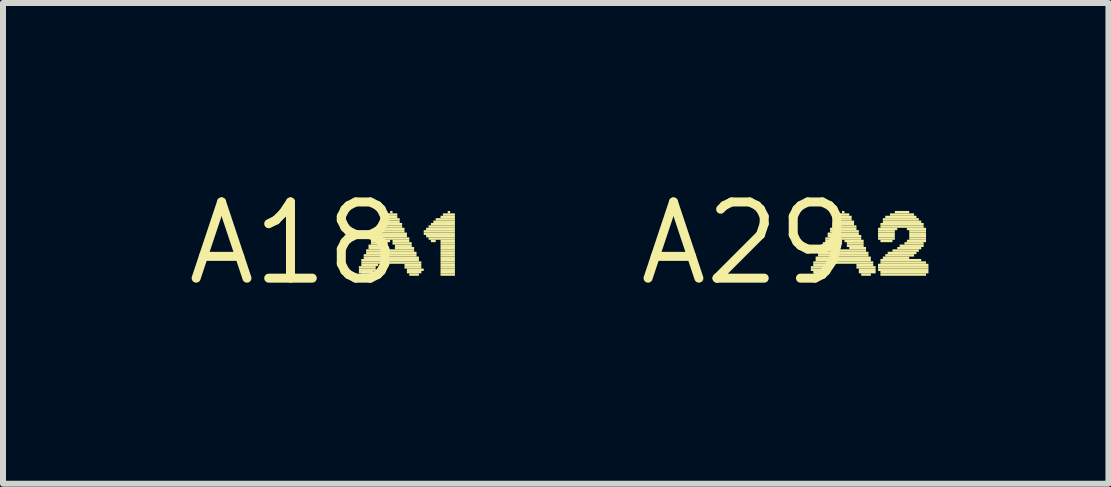
<source format=kicad_pcb>
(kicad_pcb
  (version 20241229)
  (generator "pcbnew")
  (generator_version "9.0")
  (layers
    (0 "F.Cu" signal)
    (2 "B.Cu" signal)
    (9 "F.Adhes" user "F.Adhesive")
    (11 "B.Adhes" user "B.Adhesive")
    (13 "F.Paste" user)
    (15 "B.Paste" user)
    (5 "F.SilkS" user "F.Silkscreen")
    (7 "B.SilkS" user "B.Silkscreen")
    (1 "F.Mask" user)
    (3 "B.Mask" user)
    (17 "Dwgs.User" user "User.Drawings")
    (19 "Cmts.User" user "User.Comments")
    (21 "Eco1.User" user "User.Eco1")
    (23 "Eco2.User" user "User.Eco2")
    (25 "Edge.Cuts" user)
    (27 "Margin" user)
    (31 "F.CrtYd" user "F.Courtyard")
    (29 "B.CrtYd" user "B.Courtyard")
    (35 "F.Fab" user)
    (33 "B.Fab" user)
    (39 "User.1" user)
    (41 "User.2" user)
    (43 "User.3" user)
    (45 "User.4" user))
  (footprint "A29"
    (layer "F.Cu")
    (at 9.384 1.006)
    (property "Reference" "A29" (at 0 0 0) (layer "F.SilkS") (effects (font (size 1.27 1.27) (thickness 0.15))))
    (attr through_hole)
    (fp_poly (pts (xy 1.08 0.42) (xy 1.4 0.42) (xy 1.4 0.38) (xy 1.08 0.38)) (stroke (width 0) (type solid)) (fill yes) (layer "F.SilkS"))
    (fp_poly (pts (xy 1.08 0.46) (xy 1.36 0.46) (xy 1.36 0.42) (xy 1.08 0.42)) (stroke (width 0) (type solid)) (fill yes) (layer "F.SilkS"))
    (fp_poly (pts (xy 1.12 0.34) (xy 2.12 0.34) (xy 2.12 0.3) (xy 1.12 0.3)) (stroke (width 0) (type solid)) (fill yes) (layer "F.SilkS"))
    (fp_poly (pts (xy 1.12 0.38) (xy 1.4 0.38) (xy 1.4 0.34) (xy 1.12 0.34)) (stroke (width 0) (type solid)) (fill yes) (layer "F.SilkS"))
    (fp_poly (pts (xy 1.12 0.5) (xy 1.36 0.5) (xy 1.36 0.46) (xy 1.12 0.46)) (stroke (width 0) (type solid)) (fill yes) (layer "F.SilkS"))
    (fp_poly (pts (xy 1.16 0.26) (xy 2.08 0.26) (xy 2.08 0.22) (xy 1.16 0.22)) (stroke (width 0) (type solid)) (fill yes) (layer "F.SilkS"))
    (fp_poly (pts (xy 1.16 0.3) (xy 2.08 0.3) (xy 2.08 0.26) (xy 1.16 0.26)) (stroke (width 0) (type solid)) (fill yes) (layer "F.SilkS"))
    (fp_poly (pts (xy 1.16 0.54) (xy 1.32 0.54) (xy 1.32 0.5) (xy 1.16 0.5)) (stroke (width 0) (type solid)) (fill yes) (layer "F.SilkS"))
    (fp_poly (pts (xy 1.2 0.18) (xy 2.04 0.18) (xy 2.04 0.14) (xy 1.2 0.14)) (stroke (width 0) (type solid)) (fill yes) (layer "F.SilkS"))
    (fp_poly (pts (xy 1.2 0.22) (xy 2.04 0.22) (xy 2.04 0.18) (xy 1.2 0.18)) (stroke (width 0) (type solid)) (fill yes) (layer "F.SilkS"))
    (fp_poly (pts (xy 1.24 0.1) (xy 1.56 0.1) (xy 1.56 0.06) (xy 1.24 0.06)) (stroke (width 0) (type solid)) (fill yes) (layer "F.SilkS"))
    (fp_poly (pts (xy 1.24 0.14) (xy 2 0.14) (xy 2 0.1) (xy 1.24 0.1)) (stroke (width 0) (type solid)) (fill yes) (layer "F.SilkS"))
    (fp_poly (pts (xy 1.28 0.02) (xy 1.6 0.02) (xy 1.6 -0.02) (xy 1.28 -0.02)) (stroke (width 0) (type solid)) (fill yes) (layer "F.SilkS"))
    (fp_poly (pts (xy 1.28 0.06) (xy 1.56 0.06) (xy 1.56 0.02) (xy 1.28 0.02)) (stroke (width 0) (type solid)) (fill yes) (layer "F.SilkS"))
    (fp_poly (pts (xy 1.32 -0.06) (xy 1.92 -0.06) (xy 1.92 -0.1) (xy 1.32 -0.1)) (stroke (width 0) (type solid)) (fill yes) (layer "F.SilkS"))
    (fp_poly (pts (xy 1.32 -0.02) (xy 1.6 -0.02) (xy 1.6 -0.06) (xy 1.32 -0.06)) (stroke (width 0) (type solid)) (fill yes) (layer "F.SilkS"))
    (fp_poly (pts (xy 1.36 -0.14) (xy 1.88 -0.14) (xy 1.88 -0.18) (xy 1.36 -0.18)) (stroke (width 0) (type solid)) (fill yes) (layer "F.SilkS"))
    (fp_poly (pts (xy 1.36 -0.1) (xy 1.92 -0.1) (xy 1.92 -0.14) (xy 1.36 -0.14)) (stroke (width 0) (type solid)) (fill yes) (layer "F.SilkS"))
    (fp_poly (pts (xy 1.4 -0.22) (xy 1.84 -0.22) (xy 1.84 -0.26) (xy 1.4 -0.26)) (stroke (width 0) (type solid)) (fill yes) (layer "F.SilkS"))
    (fp_poly (pts (xy 1.4 -0.18) (xy 1.88 -0.18) (xy 1.88 -0.22) (xy 1.4 -0.22)) (stroke (width 0) (type solid)) (fill yes) (layer "F.SilkS"))
    (fp_poly (pts (xy 1.44 -0.3) (xy 1.8 -0.3) (xy 1.8 -0.34) (xy 1.44 -0.34)) (stroke (width 0) (type solid)) (fill yes) (layer "F.SilkS"))
    (fp_poly (pts (xy 1.44 -0.26) (xy 1.84 -0.26) (xy 1.84 -0.3) (xy 1.44 -0.3)) (stroke (width 0) (type solid)) (fill yes) (layer "F.SilkS"))
    (fp_poly (pts (xy 1.48 -0.38) (xy 1.76 -0.38) (xy 1.76 -0.42) (xy 1.48 -0.42)) (stroke (width 0) (type solid)) (fill yes) (layer "F.SilkS"))
    (fp_poly (pts (xy 1.48 -0.34) (xy 1.8 -0.34) (xy 1.8 -0.38) (xy 1.48 -0.38)) (stroke (width 0) (type solid)) (fill yes) (layer "F.SilkS"))
    (fp_poly (pts (xy 1.52 -0.46) (xy 1.72 -0.46) (xy 1.72 -0.5) (xy 1.52 -0.5)) (stroke (width 0) (type solid)) (fill yes) (layer "F.SilkS"))
    (fp_poly (pts (xy 1.52 -0.42) (xy 1.76 -0.42) (xy 1.76 -0.46) (xy 1.52 -0.46)) (stroke (width 0) (type solid)) (fill yes) (layer "F.SilkS"))
    (fp_poly (pts (xy 1.6 -0.5) (xy 1.64 -0.5) (xy 1.64 -0.54) (xy 1.6 -0.54)) (stroke (width 0) (type solid)) (fill yes) (layer "F.SilkS"))
    (fp_poly (pts (xy 1.64 -0.02) (xy 1.96 -0.02) (xy 1.96 -0.06) (xy 1.64 -0.06)) (stroke (width 0) (type solid)) (fill yes) (layer "F.SilkS"))
    (fp_poly (pts (xy 1.68 0.02) (xy 1.96 0.02) (xy 1.96 -0.02) (xy 1.68 -0.02)) (stroke (width 0) (type solid)) (fill yes) (layer "F.SilkS"))
    (fp_poly (pts (xy 1.68 0.06) (xy 1.96 0.06) (xy 1.96 0.02) (xy 1.68 0.02)) (stroke (width 0) (type solid)) (fill yes) (layer "F.SilkS"))
    (fp_poly (pts (xy 1.72 0.1) (xy 2 0.1) (xy 2 0.06) (xy 1.72 0.06)) (stroke (width 0) (type solid)) (fill yes) (layer "F.SilkS"))
    (fp_poly (pts (xy 1.84 0.38) (xy 2.12 0.38) (xy 2.12 0.34) (xy 1.84 0.34)) (stroke (width 0) (type solid)) (fill yes) (layer "F.SilkS"))
    (fp_poly (pts (xy 1.84 0.42) (xy 2.16 0.42) (xy 2.16 0.38) (xy 1.84 0.38)) (stroke (width 0) (type solid)) (fill yes) (layer "F.SilkS"))
    (fp_poly (pts (xy 1.88 0.46) (xy 2.16 0.46) (xy 2.16 0.42) (xy 1.88 0.42)) (stroke (width 0) (type solid)) (fill yes) (layer "F.SilkS"))
    (fp_poly (pts (xy 1.88 0.5) (xy 2.16 0.5) (xy 2.16 0.46) (xy 1.88 0.46)) (stroke (width 0) (type solid)) (fill yes) (layer "F.SilkS"))
    (fp_poly (pts (xy 1.92 0.54) (xy 2.08 0.54) (xy 2.08 0.5) (xy 1.92 0.5)) (stroke (width 0) (type solid)) (fill yes) (layer "F.SilkS"))
    (fp_poly (pts (xy 2.2 -0.22) (xy 2.52 -0.22) (xy 2.52 -0.26) (xy 2.2 -0.26)) (stroke (width 0) (type solid)) (fill yes) (layer "F.SilkS"))
    (fp_poly (pts (xy 2.2 -0.18) (xy 2.48 -0.18) (xy 2.48 -0.22) (xy 2.2 -0.22)) (stroke (width 0) (type solid)) (fill yes) (layer "F.SilkS"))
    (fp_poly (pts (xy 2.2 -0.14) (xy 2.48 -0.14) (xy 2.48 -0.18) (xy 2.2 -0.18)) (stroke (width 0) (type solid)) (fill yes) (layer "F.SilkS"))
    (fp_poly (pts (xy 2.2 -0.1) (xy 2.48 -0.1) (xy 2.48 -0.14) (xy 2.2 -0.14)) (stroke (width 0) (type solid)) (fill yes) (layer "F.SilkS"))
    (fp_poly (pts (xy 2.2 -0.06) (xy 2.48 -0.06) (xy 2.48 -0.1) (xy 2.2 -0.1)) (stroke (width 0) (type solid)) (fill yes) (layer "F.SilkS"))
    (fp_poly (pts (xy 2.2 0.38) (xy 3.04 0.38) (xy 3.04 0.34) (xy 2.2 0.34)) (stroke (width 0) (type solid)) (fill yes) (layer "F.SilkS"))
    (fp_poly (pts (xy 2.2 0.42) (xy 3.04 0.42) (xy 3.04 0.38) (xy 2.2 0.38)) (stroke (width 0) (type solid)) (fill yes) (layer "F.SilkS"))
    (fp_poly (pts (xy 2.2 0.46) (xy 3.04 0.46) (xy 3.04 0.42) (xy 2.2 0.42)) (stroke (width 0) (type solid)) (fill yes) (layer "F.SilkS"))
    (fp_poly (pts (xy 2.24 -0.3) (xy 2.96 -0.3) (xy 2.96 -0.34) (xy 2.24 -0.34)) (stroke (width 0) (type solid)) (fill yes) (layer "F.SilkS"))
    (fp_poly (pts (xy 2.24 -0.26) (xy 2.96 -0.26) (xy 2.96 -0.3) (xy 2.24 -0.3)) (stroke (width 0) (type solid)) (fill yes) (layer "F.SilkS"))
    (fp_poly (pts (xy 2.24 -0.02) (xy 2.44 -0.02) (xy 2.44 -0.06) (xy 2.24 -0.06)) (stroke (width 0) (type solid)) (fill yes) (layer "F.SilkS"))
    (fp_poly (pts (xy 2.24 0.3) (xy 2.92 0.3) (xy 2.92 0.26) (xy 2.24 0.26)) (stroke (width 0) (type solid)) (fill yes) (layer "F.SilkS"))
    (fp_poly (pts (xy 2.24 0.34) (xy 3 0.34) (xy 3 0.3) (xy 2.24 0.3)) (stroke (width 0) (type solid)) (fill yes) (layer "F.SilkS"))
    (fp_poly (pts (xy 2.24 0.5) (xy 3.04 0.5) (xy 3.04 0.46) (xy 2.24 0.46)) (stroke (width 0) (type solid)) (fill yes) (layer "F.SilkS"))
    (fp_poly (pts (xy 2.24 0.54) (xy 3 0.54) (xy 3 0.5) (xy 2.24 0.5)) (stroke (width 0) (type solid)) (fill yes) (layer "F.SilkS"))
    (fp_poly (pts (xy 2.28 -0.38) (xy 2.88 -0.38) (xy 2.88 -0.42) (xy 2.28 -0.42)) (stroke (width 0) (type solid)) (fill yes) (layer "F.SilkS"))
    (fp_poly (pts (xy 2.28 -0.34) (xy 2.92 -0.34) (xy 2.92 -0.38) (xy 2.28 -0.38)) (stroke (width 0) (type solid)) (fill yes) (layer "F.SilkS"))
    (fp_poly (pts (xy 2.28 0.26) (xy 2.72 0.26) (xy 2.72 0.22) (xy 2.28 0.22)) (stroke (width 0) (type solid)) (fill yes) (layer "F.SilkS"))
    (fp_poly (pts (xy 2.32 -0.42) (xy 2.84 -0.42) (xy 2.84 -0.46) (xy 2.32 -0.46)) (stroke (width 0) (type solid)) (fill yes) (layer "F.SilkS"))
    (fp_poly (pts (xy 2.32 0.22) (xy 2.8 0.22) (xy 2.8 0.18) (xy 2.32 0.18)) (stroke (width 0) (type solid)) (fill yes) (layer "F.SilkS"))
    (fp_poly (pts (xy 2.36 0.18) (xy 2.84 0.18) (xy 2.84 0.14) (xy 2.36 0.14)) (stroke (width 0) (type solid)) (fill yes) (layer "F.SilkS"))
    (fp_poly (pts (xy 2.4 -0.46) (xy 2.8 -0.46) (xy 2.8 -0.5) (xy 2.4 -0.5)) (stroke (width 0) (type solid)) (fill yes) (layer "F.SilkS"))
    (fp_poly (pts (xy 2.44 0.14) (xy 2.88 0.14) (xy 2.88 0.1) (xy 2.44 0.1)) (stroke (width 0) (type solid)) (fill yes) (layer "F.SilkS"))
    (fp_poly (pts (xy 2.48 -0.5) (xy 2.72 -0.5) (xy 2.72 -0.54) (xy 2.48 -0.54)) (stroke (width 0) (type solid)) (fill yes) (layer "F.SilkS"))
    (fp_poly (pts (xy 2.52 0.1) (xy 2.92 0.1) (xy 2.92 0.06) (xy 2.52 0.06)) (stroke (width 0) (type solid)) (fill yes) (layer "F.SilkS"))
    (fp_poly (pts (xy 2.56 0.06) (xy 2.96 0.06) (xy 2.96 0.02) (xy 2.56 0.02)) (stroke (width 0) (type solid)) (fill yes) (layer "F.SilkS"))
    (fp_poly (pts (xy 2.64 0.02) (xy 2.96 0.02) (xy 2.96 -0.02) (xy 2.64 -0.02)) (stroke (width 0) (type solid)) (fill yes) (layer "F.SilkS"))
    (fp_poly (pts (xy 2.68 -0.22) (xy 3 -0.22) (xy 3 -0.26) (xy 2.68 -0.26)) (stroke (width 0) (type solid)) (fill yes) (layer "F.SilkS"))
    (fp_poly (pts (xy 2.68 -0.02) (xy 3 -0.02) (xy 3 -0.06) (xy 2.68 -0.06)) (stroke (width 0) (type solid)) (fill yes) (layer "F.SilkS"))
    (fp_poly (pts (xy 2.72 -0.18) (xy 3 -0.18) (xy 3 -0.22) (xy 2.72 -0.22)) (stroke (width 0) (type solid)) (fill yes) (layer "F.SilkS"))
    (fp_poly (pts (xy 2.72 -0.14) (xy 3 -0.14) (xy 3 -0.18) (xy 2.72 -0.18)) (stroke (width 0) (type solid)) (fill yes) (layer "F.SilkS"))
    (fp_poly (pts (xy 2.72 -0.1) (xy 3 -0.1) (xy 3 -0.14) (xy 2.72 -0.14)) (stroke (width 0) (type solid)) (fill yes) (layer "F.SilkS"))
    (fp_poly (pts (xy 2.72 -0.06) (xy 3 -0.06) (xy 3 -0.1) (xy 2.72 -0.1)) (stroke (width 0) (type solid)) (fill yes) (layer "F.SilkS")))
  (footprint "A18"
    (layer "F.Cu")
    (at 1.852 1.006)
    (property "Reference" "A18" (at 0 0 0) (layer "F.SilkS") (effects (font (size 1.27 1.27) (thickness 0.15))))
    (attr through_hole)
    (fp_poly (pts (xy 1.08 0.42) (xy 1.36 0.42) (xy 1.36 0.38) (xy 1.08 0.38)) (stroke (width 0) (type solid)) (fill yes) (layer "F.SilkS"))
    (fp_poly (pts (xy 1.08 0.46) (xy 1.36 0.46) (xy 1.36 0.42) (xy 1.08 0.42)) (stroke (width 0) (type solid)) (fill yes) (layer "F.SilkS"))
    (fp_poly (pts (xy 1.08 0.5) (xy 1.32 0.5) (xy 1.32 0.46) (xy 1.08 0.46)) (stroke (width 0) (type solid)) (fill yes) (layer "F.SilkS"))
    (fp_poly (pts (xy 1.12 0.3) (xy 2.08 0.3) (xy 2.08 0.26) (xy 1.12 0.26)) (stroke (width 0) (type solid)) (fill yes) (layer "F.SilkS"))
    (fp_poly (pts (xy 1.12 0.34) (xy 2.12 0.34) (xy 2.12 0.3) (xy 1.12 0.3)) (stroke (width 0) (type solid)) (fill yes) (layer "F.SilkS"))
    (fp_poly (pts (xy 1.12 0.38) (xy 1.4 0.38) (xy 1.4 0.34) (xy 1.12 0.34)) (stroke (width 0) (type solid)) (fill yes) (layer "F.SilkS"))
    (fp_poly (pts (xy 1.12 0.54) (xy 1.32 0.54) (xy 1.32 0.5) (xy 1.12 0.5)) (stroke (width 0) (type solid)) (fill yes) (layer "F.SilkS"))
    (fp_poly (pts (xy 1.16 0.22) (xy 2.04 0.22) (xy 2.04 0.18) (xy 1.16 0.18)) (stroke (width 0) (type solid)) (fill yes) (layer "F.SilkS"))
    (fp_poly (pts (xy 1.16 0.26) (xy 2.08 0.26) (xy 2.08 0.22) (xy 1.16 0.22)) (stroke (width 0) (type solid)) (fill yes) (layer "F.SilkS"))
    (fp_poly (pts (xy 1.2 0.14) (xy 2 0.14) (xy 2 0.1) (xy 1.2 0.1)) (stroke (width 0) (type solid)) (fill yes) (layer "F.SilkS"))
    (fp_poly (pts (xy 1.2 0.18) (xy 2.04 0.18) (xy 2.04 0.14) (xy 1.2 0.14)) (stroke (width 0) (type solid)) (fill yes) (layer "F.SilkS"))
    (fp_poly (pts (xy 1.24 0.06) (xy 1.56 0.06) (xy 1.56 0.02) (xy 1.24 0.02)) (stroke (width 0) (type solid)) (fill yes) (layer "F.SilkS"))
    (fp_poly (pts (xy 1.24 0.1) (xy 1.52 0.1) (xy 1.52 0.06) (xy 1.24 0.06)) (stroke (width 0) (type solid)) (fill yes) (layer "F.SilkS"))
    (fp_poly (pts (xy 1.28 -0.02) (xy 1.6 -0.02) (xy 1.6 -0.06) (xy 1.28 -0.06)) (stroke (width 0) (type solid)) (fill yes) (layer "F.SilkS"))
    (fp_poly (pts (xy 1.28 0.02) (xy 1.56 0.02) (xy 1.56 -0.02) (xy 1.28 -0.02)) (stroke (width 0) (type solid)) (fill yes) (layer "F.SilkS"))
    (fp_poly (pts (xy 1.32 -0.1) (xy 1.88 -0.1) (xy 1.88 -0.14) (xy 1.32 -0.14)) (stroke (width 0) (type solid)) (fill yes) (layer "F.SilkS"))
    (fp_poly (pts (xy 1.32 -0.06) (xy 1.92 -0.06) (xy 1.92 -0.1) (xy 1.32 -0.1)) (stroke (width 0) (type solid)) (fill yes) (layer "F.SilkS"))
    (fp_poly (pts (xy 1.36 -0.18) (xy 1.84 -0.18) (xy 1.84 -0.22) (xy 1.36 -0.22)) (stroke (width 0) (type solid)) (fill yes) (layer "F.SilkS"))
    (fp_poly (pts (xy 1.36 -0.14) (xy 1.88 -0.14) (xy 1.88 -0.18) (xy 1.36 -0.18)) (stroke (width 0) (type solid)) (fill yes) (layer "F.SilkS"))
    (fp_poly (pts (xy 1.4 -0.26) (xy 1.8 -0.26) (xy 1.8 -0.3) (xy 1.4 -0.3)) (stroke (width 0) (type solid)) (fill yes) (layer "F.SilkS"))
    (fp_poly (pts (xy 1.4 -0.22) (xy 1.84 -0.22) (xy 1.84 -0.26) (xy 1.4 -0.26)) (stroke (width 0) (type solid)) (fill yes) (layer "F.SilkS"))
    (fp_poly (pts (xy 1.44 -0.34) (xy 1.76 -0.34) (xy 1.76 -0.38) (xy 1.44 -0.38)) (stroke (width 0) (type solid)) (fill yes) (layer "F.SilkS"))
    (fp_poly (pts (xy 1.44 -0.3) (xy 1.8 -0.3) (xy 1.8 -0.34) (xy 1.44 -0.34)) (stroke (width 0) (type solid)) (fill yes) (layer "F.SilkS"))
    (fp_poly (pts (xy 1.48 -0.42) (xy 1.72 -0.42) (xy 1.72 -0.46) (xy 1.48 -0.46)) (stroke (width 0) (type solid)) (fill yes) (layer "F.SilkS"))
    (fp_poly (pts (xy 1.48 -0.38) (xy 1.76 -0.38) (xy 1.76 -0.42) (xy 1.48 -0.42)) (stroke (width 0) (type solid)) (fill yes) (layer "F.SilkS"))
    (fp_poly (pts (xy 1.52 -0.46) (xy 1.72 -0.46) (xy 1.72 -0.5) (xy 1.52 -0.5)) (stroke (width 0) (type solid)) (fill yes) (layer "F.SilkS"))
    (fp_poly (pts (xy 1.6 -0.5) (xy 1.64 -0.5) (xy 1.64 -0.54) (xy 1.6 -0.54)) (stroke (width 0) (type solid)) (fill yes) (layer "F.SilkS"))
    (fp_poly (pts (xy 1.64 -0.02) (xy 1.92 -0.02) (xy 1.92 -0.06) (xy 1.64 -0.06)) (stroke (width 0) (type solid)) (fill yes) (layer "F.SilkS"))
    (fp_poly (pts (xy 1.64 0.02) (xy 1.96 0.02) (xy 1.96 -0.02) (xy 1.64 -0.02)) (stroke (width 0) (type solid)) (fill yes) (layer "F.SilkS"))
    (fp_poly (pts (xy 1.68 0.06) (xy 1.96 0.06) (xy 1.96 0.02) (xy 1.68 0.02)) (stroke (width 0) (type solid)) (fill yes) (layer "F.SilkS"))
    (fp_poly (pts (xy 1.68 0.1) (xy 2 0.1) (xy 2 0.06) (xy 1.68 0.06)) (stroke (width 0) (type solid)) (fill yes) (layer "F.SilkS"))
    (fp_poly (pts (xy 1.84 0.38) (xy 2.12 0.38) (xy 2.12 0.34) (xy 1.84 0.34)) (stroke (width 0) (type solid)) (fill yes) (layer "F.SilkS"))
    (fp_poly (pts (xy 1.84 0.42) (xy 2.12 0.42) (xy 2.12 0.38) (xy 1.84 0.38)) (stroke (width 0) (type solid)) (fill yes) (layer "F.SilkS"))
    (fp_poly (pts (xy 1.88 0.46) (xy 2.16 0.46) (xy 2.16 0.42) (xy 1.88 0.42)) (stroke (width 0) (type solid)) (fill yes) (layer "F.SilkS"))
    (fp_poly (pts (xy 1.88 0.5) (xy 2.12 0.5) (xy 2.12 0.46) (xy 1.88 0.46)) (stroke (width 0) (type solid)) (fill yes) (layer "F.SilkS"))
    (fp_poly (pts (xy 1.92 0.54) (xy 2.08 0.54) (xy 2.08 0.5) (xy 1.92 0.5)) (stroke (width 0) (type solid)) (fill yes) (layer "F.SilkS"))
    (fp_poly (pts (xy 2.16 -0.18) (xy 2.68 -0.18) (xy 2.68 -0.22) (xy 2.16 -0.22)) (stroke (width 0) (type solid)) (fill yes) (layer "F.SilkS"))
    (fp_poly (pts (xy 2.16 -0.14) (xy 2.68 -0.14) (xy 2.68 -0.18) (xy 2.16 -0.18)) (stroke (width 0) (type solid)) (fill yes) (layer "F.SilkS"))
    (fp_poly (pts (xy 2.2 -0.22) (xy 2.68 -0.22) (xy 2.68 -0.26) (xy 2.2 -0.26)) (stroke (width 0) (type solid)) (fill yes) (layer "F.SilkS"))
    (fp_poly (pts (xy 2.2 -0.1) (xy 2.68 -0.1) (xy 2.68 -0.14) (xy 2.2 -0.14)) (stroke (width 0) (type solid)) (fill yes) (layer "F.SilkS"))
    (fp_poly (pts (xy 2.24 -0.26) (xy 2.68 -0.26) (xy 2.68 -0.3) (xy 2.24 -0.3)) (stroke (width 0) (type solid)) (fill yes) (layer "F.SilkS"))
    (fp_poly (pts (xy 2.24 -0.06) (xy 2.68 -0.06) (xy 2.68 -0.1) (xy 2.24 -0.1)) (stroke (width 0) (type solid)) (fill yes) (layer "F.SilkS"))
    (fp_poly (pts (xy 2.28 -0.3) (xy 2.68 -0.3) (xy 2.68 -0.34) (xy 2.28 -0.34)) (stroke (width 0) (type solid)) (fill yes) (layer "F.SilkS"))
    (fp_poly (pts (xy 2.28 -0.02) (xy 2.36 -0.02) (xy 2.36 -0.06) (xy 2.28 -0.06)) (stroke (width 0) (type solid)) (fill yes) (layer "F.SilkS"))
    (fp_poly (pts (xy 2.32 -0.34) (xy 2.68 -0.34) (xy 2.68 -0.38) (xy 2.32 -0.38)) (stroke (width 0) (type solid)) (fill yes) (layer "F.SilkS"))
    (fp_poly (pts (xy 2.36 -0.38) (xy 2.68 -0.38) (xy 2.68 -0.42) (xy 2.36 -0.42)) (stroke (width 0) (type solid)) (fill yes) (layer "F.SilkS"))
    (fp_poly (pts (xy 2.44 -0.42) (xy 2.68 -0.42) (xy 2.68 -0.46) (xy 2.44 -0.46)) (stroke (width 0) (type solid)) (fill yes) (layer "F.SilkS"))
    (fp_poly (pts (xy 2.44 -0.02) (xy 2.68 -0.02) (xy 2.68 -0.06) (xy 2.44 -0.06)) (stroke (width 0) (type solid)) (fill yes) (layer "F.SilkS"))
    (fp_poly (pts (xy 2.44 0.02) (xy 2.68 0.02) (xy 2.68 -0.02) (xy 2.44 -0.02)) (stroke (width 0) (type solid)) (fill yes) (layer "F.SilkS"))
    (fp_poly (pts (xy 2.44 0.06) (xy 2.68 0.06) (xy 2.68 0.02) (xy 2.44 0.02)) (stroke (width 0) (type solid)) (fill yes) (layer "F.SilkS"))
    (fp_poly (pts (xy 2.44 0.1) (xy 2.68 0.1) (xy 2.68 0.06) (xy 2.44 0.06)) (stroke (width 0) (type solid)) (fill yes) (layer "F.SilkS"))
    (fp_poly (pts (xy 2.44 0.14) (xy 2.68 0.14) (xy 2.68 0.1) (xy 2.44 0.1)) (stroke (width 0) (type solid)) (fill yes) (layer "F.SilkS"))
    (fp_poly (pts (xy 2.44 0.18) (xy 2.68 0.18) (xy 2.68 0.14) (xy 2.44 0.14)) (stroke (width 0) (type solid)) (fill yes) (layer "F.SilkS"))
    (fp_poly (pts (xy 2.44 0.22) (xy 2.68 0.22) (xy 2.68 0.18) (xy 2.44 0.18)) (stroke (width 0) (type solid)) (fill yes) (layer "F.SilkS"))
    (fp_poly (pts (xy 2.44 0.26) (xy 2.68 0.26) (xy 2.68 0.22) (xy 2.44 0.22)) (stroke (width 0) (type solid)) (fill yes) (layer "F.SilkS"))
    (fp_poly (pts (xy 2.44 0.3) (xy 2.68 0.3) (xy 2.68 0.26) (xy 2.44 0.26)) (stroke (width 0) (type solid)) (fill yes) (layer "F.SilkS"))
    (fp_poly (pts (xy 2.44 0.34) (xy 2.68 0.34) (xy 2.68 0.3) (xy 2.44 0.3)) (stroke (width 0) (type solid)) (fill yes) (layer "F.SilkS"))
    (fp_poly (pts (xy 2.44 0.38) (xy 2.68 0.38) (xy 2.68 0.34) (xy 2.44 0.34)) (stroke (width 0) (type solid)) (fill yes) (layer "F.SilkS"))
    (fp_poly (pts (xy 2.44 0.42) (xy 2.68 0.42) (xy 2.68 0.38) (xy 2.44 0.38)) (stroke (width 0) (type solid)) (fill yes) (layer "F.SilkS"))
    (fp_poly (pts (xy 2.44 0.46) (xy 2.68 0.46) (xy 2.68 0.42) (xy 2.44 0.42)) (stroke (width 0) (type solid)) (fill yes) (layer "F.SilkS"))
    (fp_poly (pts (xy 2.44 0.5) (xy 2.68 0.5) (xy 2.68 0.46) (xy 2.44 0.46)) (stroke (width 0) (type solid)) (fill yes) (layer "F.SilkS"))
    (fp_poly (pts (xy 2.44 0.54) (xy 2.68 0.54) (xy 2.68 0.5) (xy 2.44 0.5)) (stroke (width 0) (type solid)) (fill yes) (layer "F.SilkS"))
    (fp_poly (pts (xy 2.48 -0.46) (xy 2.68 -0.46) (xy 2.68 -0.5) (xy 2.48 -0.5)) (stroke (width 0) (type solid)) (fill yes) (layer "F.SilkS"))
    (fp_poly (pts (xy 2.56 -0.5) (xy 2.6 -0.5) (xy 2.6 -0.54) (xy 2.56 -0.54)) (stroke (width 0) (type solid)) (fill yes) (layer "F.SilkS")))
  (gr_rect
    (start -3 -3)
    (end 15.424 5.012)
    (stroke (width 0.1) (type default))
    (fill no)
    (layer "Edge.Cuts")))
</source>
